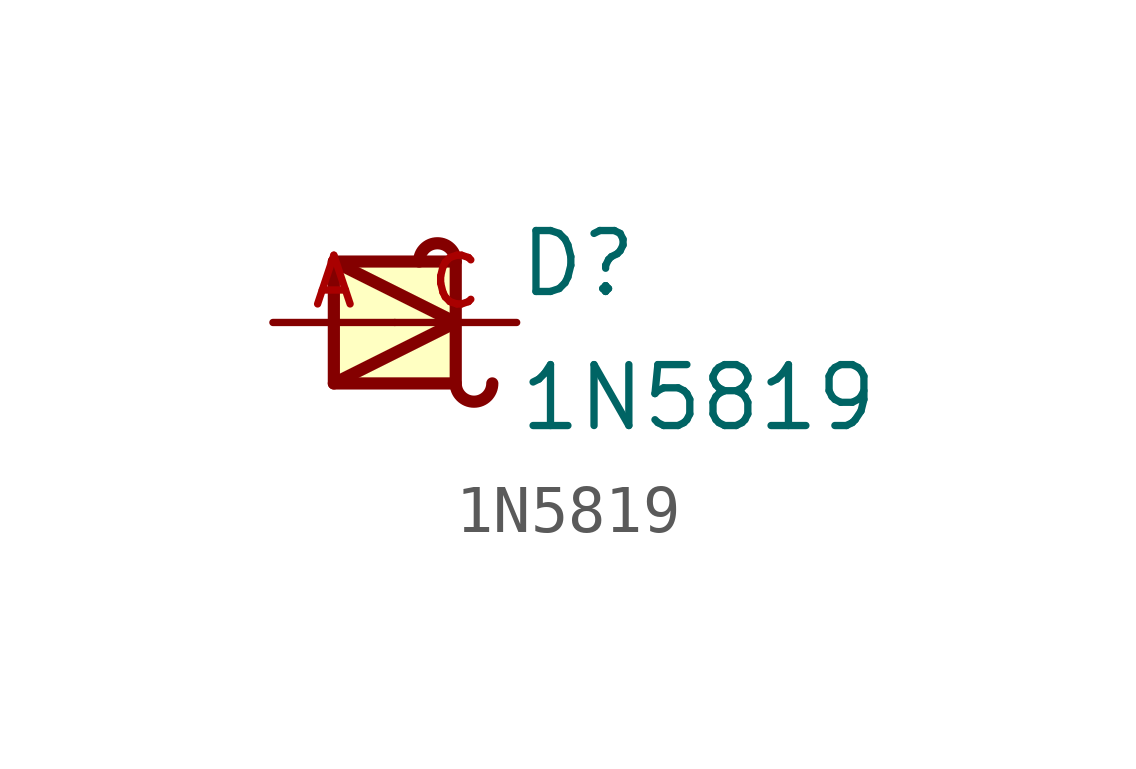
<source format=kicad_sym>
(kicad_symbol_lib
  (version 20211014)
  (generator kicad_symbol_editor)
  (symbol "1N5819"
    (pin_names
      (offset 1.016))
    (property "Reference" "D"
      (at 2.54 0.483 0)
      (effects (font (size 1.27 1.27)) (justify bottom left)))
    (property "Value" "1N5819"
      (at 2.54 -2.311 0)
      (effects (font (size 1.27 1.27)) (justify bottom left)))
    (symbol "1N5819_0_0"
      (polyline (pts (xy -1.27 -1.27) (xy 1.27 0.0)) (stroke (width 0.254)))
      (polyline (pts (xy 1.27 0.0) (xy -1.27 1.27)) (stroke (width 0.254)))
      (arc (start 1.27 1.27) (mid 0.889 1.651) (end 0.508 1.27) (stroke (width 0.254) (type default) (color 0 0 0 0)) (fill (type none)))
      (arc (start 1.27 -1.27) (mid 1.651 -1.651) (end 2.032 -1.27) (stroke (width 0.254) (type default) (color 0 0 0 0)) (fill (type none)))
      (rectangle (start -1.27 -1.27) (end 1.27 1.27) (stroke (width 0.254)) (fill (type background)))
      (pin passive line (at -2.54 0.0 0) (length 2.54) (name "~" (effects (font (size 1.016 1.016)))) (number "A" (effects (font (size 1.016 1.016)))))
      (pin passive line (at 2.54 0.0 180.0) (length 2.54) (name "~" (effects (font (size 1.016 1.016)))) (number "C" (effects (font (size 1.016 1.016))))))))
</source>
